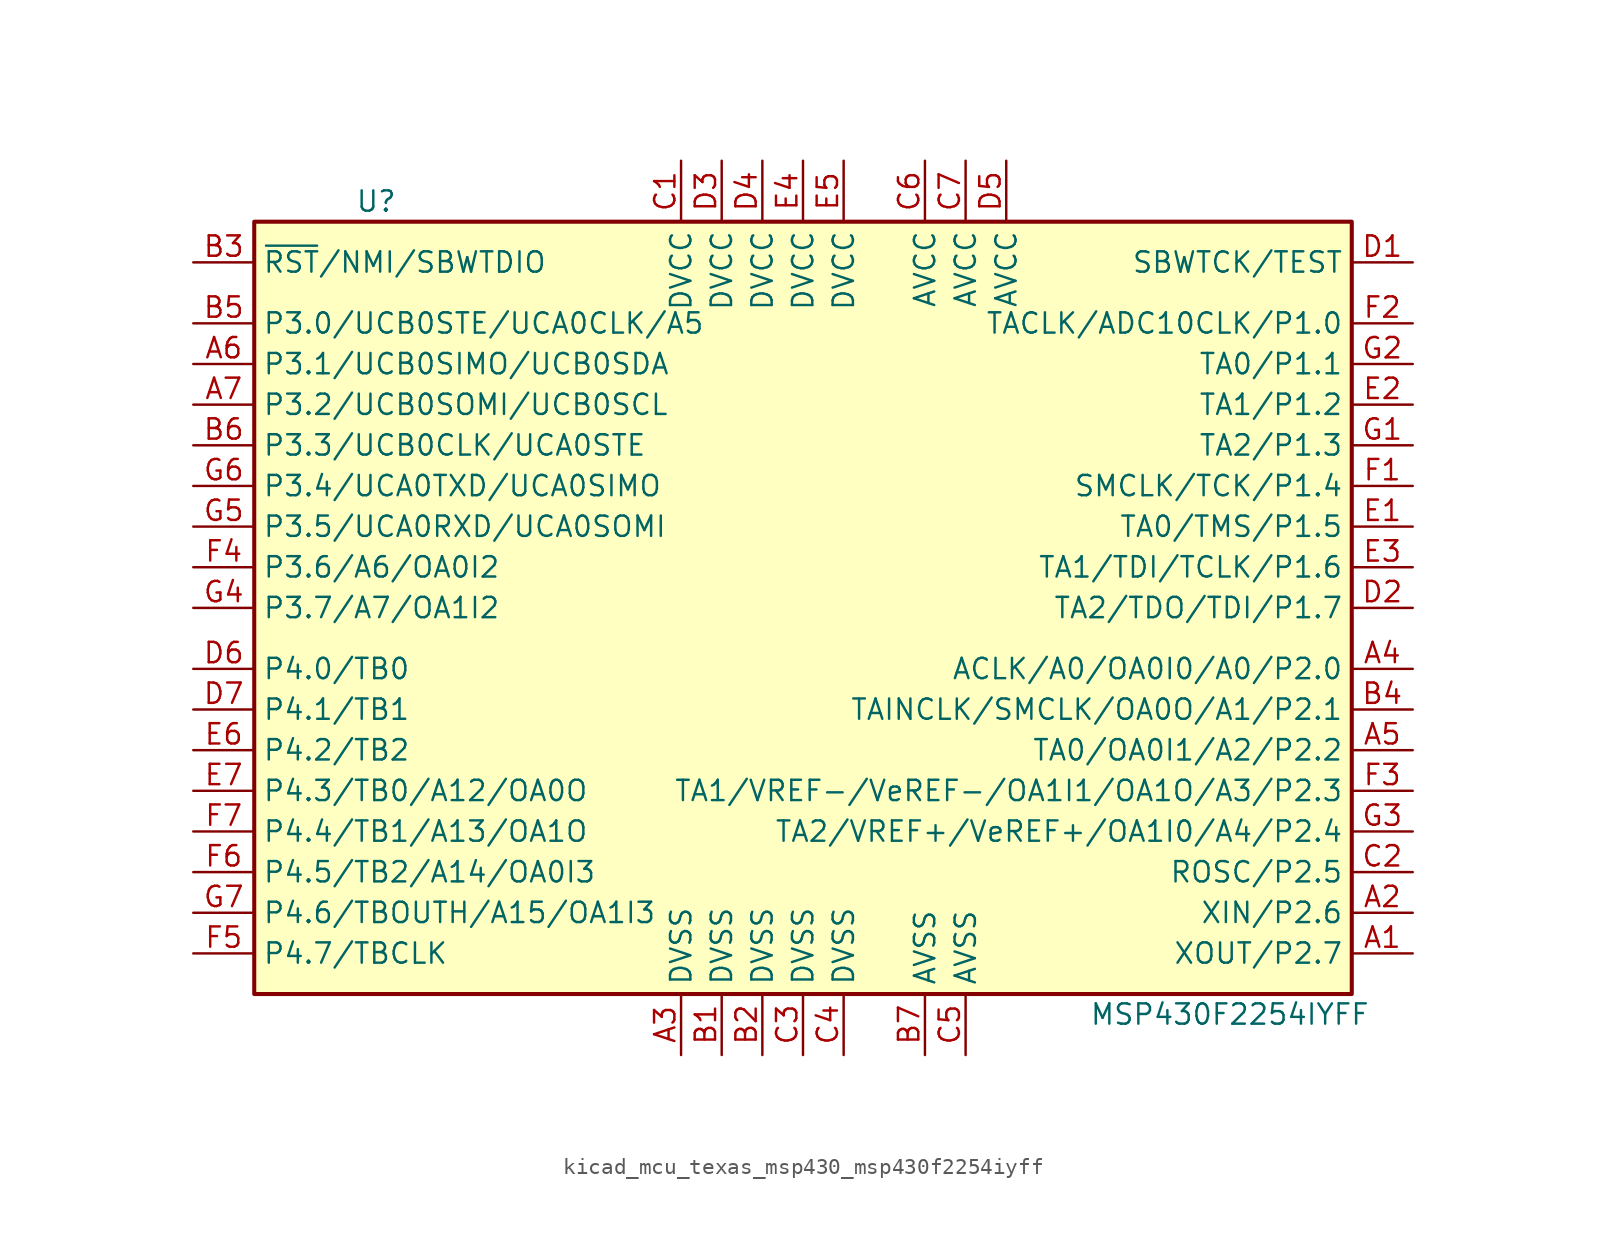
<source format=kicad_sym>
(kicad_symbol_lib
  (version 20220914)
  (generator kicad_symbol_editor)
  (symbol "kicad_mcu_texas_msp430_msp430f2254iyff"
    (property "Reference" "U"
      (at -26.67 25.4 0)
      (effects (font (size 1.27 1.27))))
    (property "Value" "MSP430F2254IYFF"
      (at 26.67 -25.4 0)
      (effects (font (size 1.27 1.27))))
    (symbol "kicad_mcu_texas_msp430_msp430f2254iyff_0_1"
      (rectangle (start -34.29 24.13) (end 34.29 -24.13) (stroke (width 0.254) (type default)) (fill (type background))))
    (symbol "kicad_mcu_texas_msp430_msp430f2254iyff_1_1"
      (pin bidirectional line (at 38.1 -21.59 180) (length 3.81) (name "XOUT/P2.7" (effects (font (size 1.27 1.27)))) (number "A1" (effects (font (size 1.27 1.27)))))
      (pin bidirectional line (at 38.1 -19.05 180) (length 3.81) (name "XIN/P2.6" (effects (font (size 1.27 1.27)))) (number "A2" (effects (font (size 1.27 1.27)))))
      (pin power_in line (at -7.62 -27.94 90) (length 3.81) (name "DVSS" (effects (font (size 1.27 1.27)))) (number "A3" (effects (font (size 1.27 1.27)))))
      (pin bidirectional line (at 38.1 -3.81 180) (length 3.81) (name "ACLK/A0/OA0I0/A0/P2.0" (effects (font (size 1.27 1.27)))) (number "A4" (effects (font (size 1.27 1.27)))))
      (pin bidirectional line (at 38.1 -8.89 180) (length 3.81) (name "TA0/OA0I1/A2/P2.2" (effects (font (size 1.27 1.27)))) (number "A5" (effects (font (size 1.27 1.27)))))
      (pin bidirectional line (at -38.1 15.24 0) (length 3.81) (name "P3.1/UCB0SIMO/UCB0SDA" (effects (font (size 1.27 1.27)))) (number "A6" (effects (font (size 1.27 1.27)))))
      (pin bidirectional line (at -38.1 12.7 0) (length 3.81) (name "P3.2/UCB0SOMI/UCB0SCL" (effects (font (size 1.27 1.27)))) (number "A7" (effects (font (size 1.27 1.27)))))
      (pin power_in line (at -5.08 -27.94 90) (length 3.81) (name "DVSS" (effects (font (size 1.27 1.27)))) (number "B1" (effects (font (size 1.27 1.27)))))
      (pin power_in line (at -2.54 -27.94 90) (length 3.81) (name "DVSS" (effects (font (size 1.27 1.27)))) (number "B2" (effects (font (size 1.27 1.27)))))
      (pin input line (at -38.1 21.59 0) (length 3.81) (name "~{RST}/NMI/SBWTDIO" (effects (font (size 1.27 1.27)))) (number "B3" (effects (font (size 1.27 1.27)))))
      (pin bidirectional line (at 38.1 -6.35 180) (length 3.81) (name "TAINCLK/SMCLK/OA0O/A1/P2.1" (effects (font (size 1.27 1.27)))) (number "B4" (effects (font (size 1.27 1.27)))))
      (pin bidirectional line (at -38.1 17.78 0) (length 3.81) (name "P3.0/UCB0STE/UCA0CLK/A5" (effects (font (size 1.27 1.27)))) (number "B5" (effects (font (size 1.27 1.27)))))
      (pin bidirectional line (at -38.1 10.16 0) (length 3.81) (name "P3.3/UCB0CLK/UCA0STE" (effects (font (size 1.27 1.27)))) (number "B6" (effects (font (size 1.27 1.27)))))
      (pin power_in line (at 7.62 -27.94 90) (length 3.81) (name "AVSS" (effects (font (size 1.27 1.27)))) (number "B7" (effects (font (size 1.27 1.27)))))
      (pin power_in line (at -7.62 27.94 270) (length 3.81) (name "DVCC" (effects (font (size 1.27 1.27)))) (number "C1" (effects (font (size 1.27 1.27)))))
      (pin bidirectional line (at 38.1 -16.51 180) (length 3.81) (name "ROSC/P2.5" (effects (font (size 1.27 1.27)))) (number "C2" (effects (font (size 1.27 1.27)))))
      (pin power_in line (at 0 -27.94 90) (length 3.81) (name "DVSS" (effects (font (size 1.27 1.27)))) (number "C3" (effects (font (size 1.27 1.27)))))
      (pin power_in line (at 2.54 -27.94 90) (length 3.81) (name "DVSS" (effects (font (size 1.27 1.27)))) (number "C4" (effects (font (size 1.27 1.27)))))
      (pin power_in line (at 10.16 -27.94 90) (length 3.81) (name "AVSS" (effects (font (size 1.27 1.27)))) (number "C5" (effects (font (size 1.27 1.27)))))
      (pin power_in line (at 7.62 27.94 270) (length 3.81) (name "AVCC" (effects (font (size 1.27 1.27)))) (number "C6" (effects (font (size 1.27 1.27)))))
      (pin power_in line (at 10.16 27.94 270) (length 3.81) (name "AVCC" (effects (font (size 1.27 1.27)))) (number "C7" (effects (font (size 1.27 1.27)))))
      (pin input line (at 38.1 21.59 180) (length 3.81) (name "SBWTCK/TEST" (effects (font (size 1.27 1.27)))) (number "D1" (effects (font (size 1.27 1.27)))))
      (pin bidirectional line (at 38.1 0 180) (length 3.81) (name "TA2/TDO/TDI/P1.7" (effects (font (size 1.27 1.27)))) (number "D2" (effects (font (size 1.27 1.27)))))
      (pin power_in line (at -5.08 27.94 270) (length 3.81) (name "DVCC" (effects (font (size 1.27 1.27)))) (number "D3" (effects (font (size 1.27 1.27)))))
      (pin power_in line (at -2.54 27.94 270) (length 3.81) (name "DVCC" (effects (font (size 1.27 1.27)))) (number "D4" (effects (font (size 1.27 1.27)))))
      (pin power_in line (at 12.7 27.94 270) (length 3.81) (name "AVCC" (effects (font (size 1.27 1.27)))) (number "D5" (effects (font (size 1.27 1.27)))))
      (pin bidirectional line (at -38.1 -3.81 0) (length 3.81) (name "P4.0/TB0" (effects (font (size 1.27 1.27)))) (number "D6" (effects (font (size 1.27 1.27)))))
      (pin bidirectional line (at -38.1 -6.35 0) (length 3.81) (name "P4.1/TB1" (effects (font (size 1.27 1.27)))) (number "D7" (effects (font (size 1.27 1.27)))))
      (pin bidirectional line (at 38.1 5.08 180) (length 3.81) (name "TA0/TMS/P1.5" (effects (font (size 1.27 1.27)))) (number "E1" (effects (font (size 1.27 1.27)))))
      (pin bidirectional line (at 38.1 12.7 180) (length 3.81) (name "TA1/P1.2" (effects (font (size 1.27 1.27)))) (number "E2" (effects (font (size 1.27 1.27)))))
      (pin bidirectional line (at 38.1 2.54 180) (length 3.81) (name "TA1/TDI/TCLK/P1.6" (effects (font (size 1.27 1.27)))) (number "E3" (effects (font (size 1.27 1.27)))))
      (pin power_in line (at 0 27.94 270) (length 3.81) (name "DVCC" (effects (font (size 1.27 1.27)))) (number "E4" (effects (font (size 1.27 1.27)))))
      (pin power_in line (at 2.54 27.94 270) (length 3.81) (name "DVCC" (effects (font (size 1.27 1.27)))) (number "E5" (effects (font (size 1.27 1.27)))))
      (pin bidirectional line (at -38.1 -8.89 0) (length 3.81) (name "P4.2/TB2" (effects (font (size 1.27 1.27)))) (number "E6" (effects (font (size 1.27 1.27)))))
      (pin bidirectional line (at -38.1 -11.43 0) (length 3.81) (name "P4.3/TB0/A12/OA0O" (effects (font (size 1.27 1.27)))) (number "E7" (effects (font (size 1.27 1.27)))))
      (pin bidirectional line (at 38.1 7.62 180) (length 3.81) (name "SMCLK/TCK/P1.4" (effects (font (size 1.27 1.27)))) (number "F1" (effects (font (size 1.27 1.27)))))
      (pin bidirectional line (at 38.1 17.78 180) (length 3.81) (name "TACLK/ADC10CLK/P1.0" (effects (font (size 1.27 1.27)))) (number "F2" (effects (font (size 1.27 1.27)))))
      (pin bidirectional line (at 38.1 -11.43 180) (length 3.81) (name "TA1/VREF-/VeREF-/OA1I1/OA1O/A3/P2.3" (effects (font (size 1.27 1.27)))) (number "F3" (effects (font (size 1.27 1.27)))))
      (pin bidirectional line (at -38.1 2.54 0) (length 3.81) (name "P3.6/A6/OA0I2" (effects (font (size 1.27 1.27)))) (number "F4" (effects (font (size 1.27 1.27)))))
      (pin bidirectional line (at -38.1 -21.59 0) (length 3.81) (name "P4.7/TBCLK" (effects (font (size 1.27 1.27)))) (number "F5" (effects (font (size 1.27 1.27)))))
      (pin bidirectional line (at -38.1 -16.51 0) (length 3.81) (name "P4.5/TB2/A14/OA0I3" (effects (font (size 1.27 1.27)))) (number "F6" (effects (font (size 1.27 1.27)))))
      (pin bidirectional line (at -38.1 -13.97 0) (length 3.81) (name "P4.4/TB1/A13/OA1O" (effects (font (size 1.27 1.27)))) (number "F7" (effects (font (size 1.27 1.27)))))
      (pin bidirectional line (at 38.1 10.16 180) (length 3.81) (name "TA2/P1.3" (effects (font (size 1.27 1.27)))) (number "G1" (effects (font (size 1.27 1.27)))))
      (pin bidirectional line (at 38.1 15.24 180) (length 3.81) (name "TA0/P1.1" (effects (font (size 1.27 1.27)))) (number "G2" (effects (font (size 1.27 1.27)))))
      (pin bidirectional line (at 38.1 -13.97 180) (length 3.81) (name "TA2/VREF+/VeREF+/OA1I0/A4/P2.4" (effects (font (size 1.27 1.27)))) (number "G3" (effects (font (size 1.27 1.27)))))
      (pin bidirectional line (at -38.1 0 0) (length 3.81) (name "P3.7/A7/OA1I2" (effects (font (size 1.27 1.27)))) (number "G4" (effects (font (size 1.27 1.27)))))
      (pin bidirectional line (at -38.1 5.08 0) (length 3.81) (name "P3.5/UCA0RXD/UCA0SOMI" (effects (font (size 1.27 1.27)))) (number "G5" (effects (font (size 1.27 1.27)))))
      (pin bidirectional line (at -38.1 7.62 0) (length 3.81) (name "P3.4/UCA0TXD/UCA0SIMO" (effects (font (size 1.27 1.27)))) (number "G6" (effects (font (size 1.27 1.27)))))
      (pin bidirectional line (at -38.1 -19.05 0) (length 3.81) (name "P4.6/TBOUTH/A15/OA1I3" (effects (font (size 1.27 1.27)))) (number "G7" (effects (font (size 1.27 1.27))))))))
</source>
